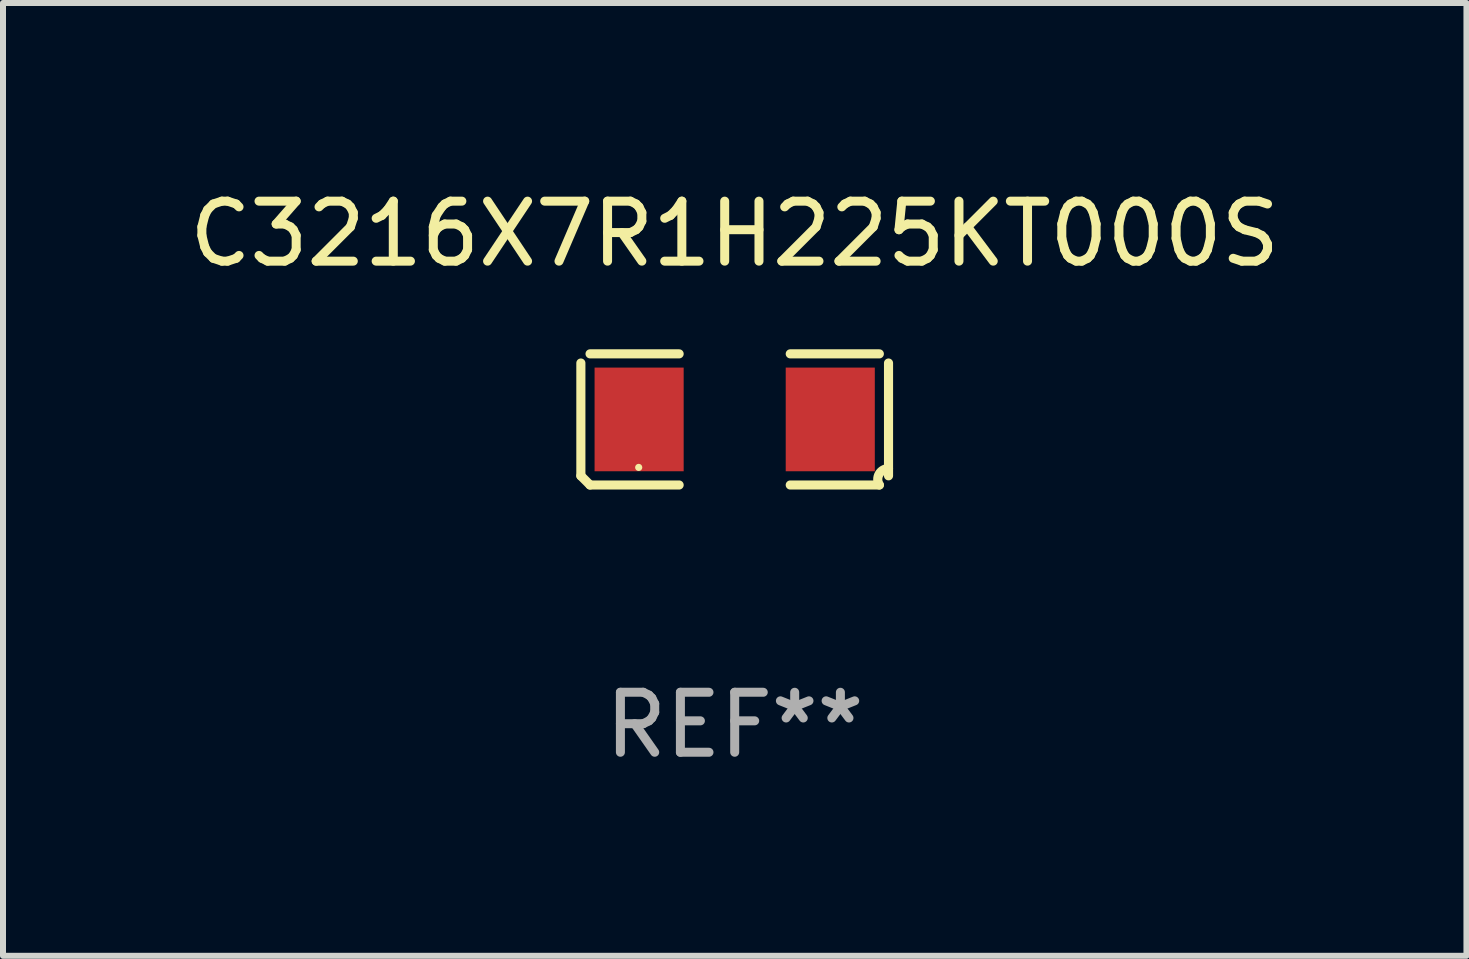
<source format=kicad_pcb>
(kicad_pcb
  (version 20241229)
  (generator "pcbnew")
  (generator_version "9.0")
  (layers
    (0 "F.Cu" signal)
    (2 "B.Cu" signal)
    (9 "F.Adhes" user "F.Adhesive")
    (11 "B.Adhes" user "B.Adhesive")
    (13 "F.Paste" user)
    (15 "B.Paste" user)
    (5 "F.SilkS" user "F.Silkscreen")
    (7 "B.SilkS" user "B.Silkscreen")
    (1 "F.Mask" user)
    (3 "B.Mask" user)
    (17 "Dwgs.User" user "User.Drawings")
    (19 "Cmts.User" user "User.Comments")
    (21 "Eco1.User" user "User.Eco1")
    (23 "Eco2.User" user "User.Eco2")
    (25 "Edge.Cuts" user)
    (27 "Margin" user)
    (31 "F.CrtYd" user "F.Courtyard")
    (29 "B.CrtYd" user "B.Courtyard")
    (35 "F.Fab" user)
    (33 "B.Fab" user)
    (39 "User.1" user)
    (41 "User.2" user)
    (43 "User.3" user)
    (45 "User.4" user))
  (footprint "C3216X7R1H225KT000S"
    (layer "F.Cu")
    (at 9.196 3.941)
    (property "Reference" "C3216X7R1H225KT000S" (at 0 -3.093 0) (layer "F.SilkS") (effects (font (size 1 1) (thickness 0.15))))
    (attr through_hole)
    (fp_line (start -2.564 0.94) (end -2.564 -0.94) (stroke (width 0.152) (type solid)) (layer "F.SilkS"))
    (fp_line (start -2.411 -1.093) (end -0.926 -1.093) (stroke (width 0.152) (type solid)) (layer "F.SilkS"))
    (fp_line (start -0.926 1.093) (end -2.411 1.093) (stroke (width 0.152) (type solid)) (layer "F.SilkS"))
    (fp_line (start 0.926 1.093) (end 2.411 1.093) (stroke (width 0.152) (type solid)) (layer "F.SilkS"))
    (fp_line (start 2.411 -1.093) (end 0.926 -1.093) (stroke (width 0.152) (type solid)) (layer "F.SilkS"))
    (fp_line (start 2.564 0.94) (end 2.564 -0.94) (stroke (width 0.152) (type solid)) (layer "F.SilkS"))
    (fp_arc (start -2.411201 1.092609) (mid -2.487413 1.01642) (end -2.563602 0.940208) (stroke (width 0.1524) (type solid)) (layer "F.SilkS"))
    (fp_arc (start 2.411201 1.092609) (mid 2.407159 0.911226) (end 2.563602 0.819347) (stroke (width 0.1524) (type solid)) (layer "F.SilkS"))
    (fp_circle (center -1.6 0.8) (end -1.57 0.8) (stroke (width 0.06) (type solid)) (fill no) (layer "F.SilkS"))
    (fp_text user "REF**" (at 0 5.093 0) (layer "F.Fab") (effects (font (size 1 1) (thickness 0.15))))
    (pad "1" smd rect (at -1.593 0) (size 1.485 1.728) (layers "F.Cu" "F.Mask" "F.Paste"))
    (pad "2" smd rect (at 1.593 0) (size 1.485 1.728) (layers "F.Cu" "F.Mask" "F.Paste")))
  (gr_rect
    (start -3 -3)
    (end 21.393 12.882)
    (stroke (width 0.1) (type default))
    (fill no)
    (layer "Edge.Cuts")))
</source>
